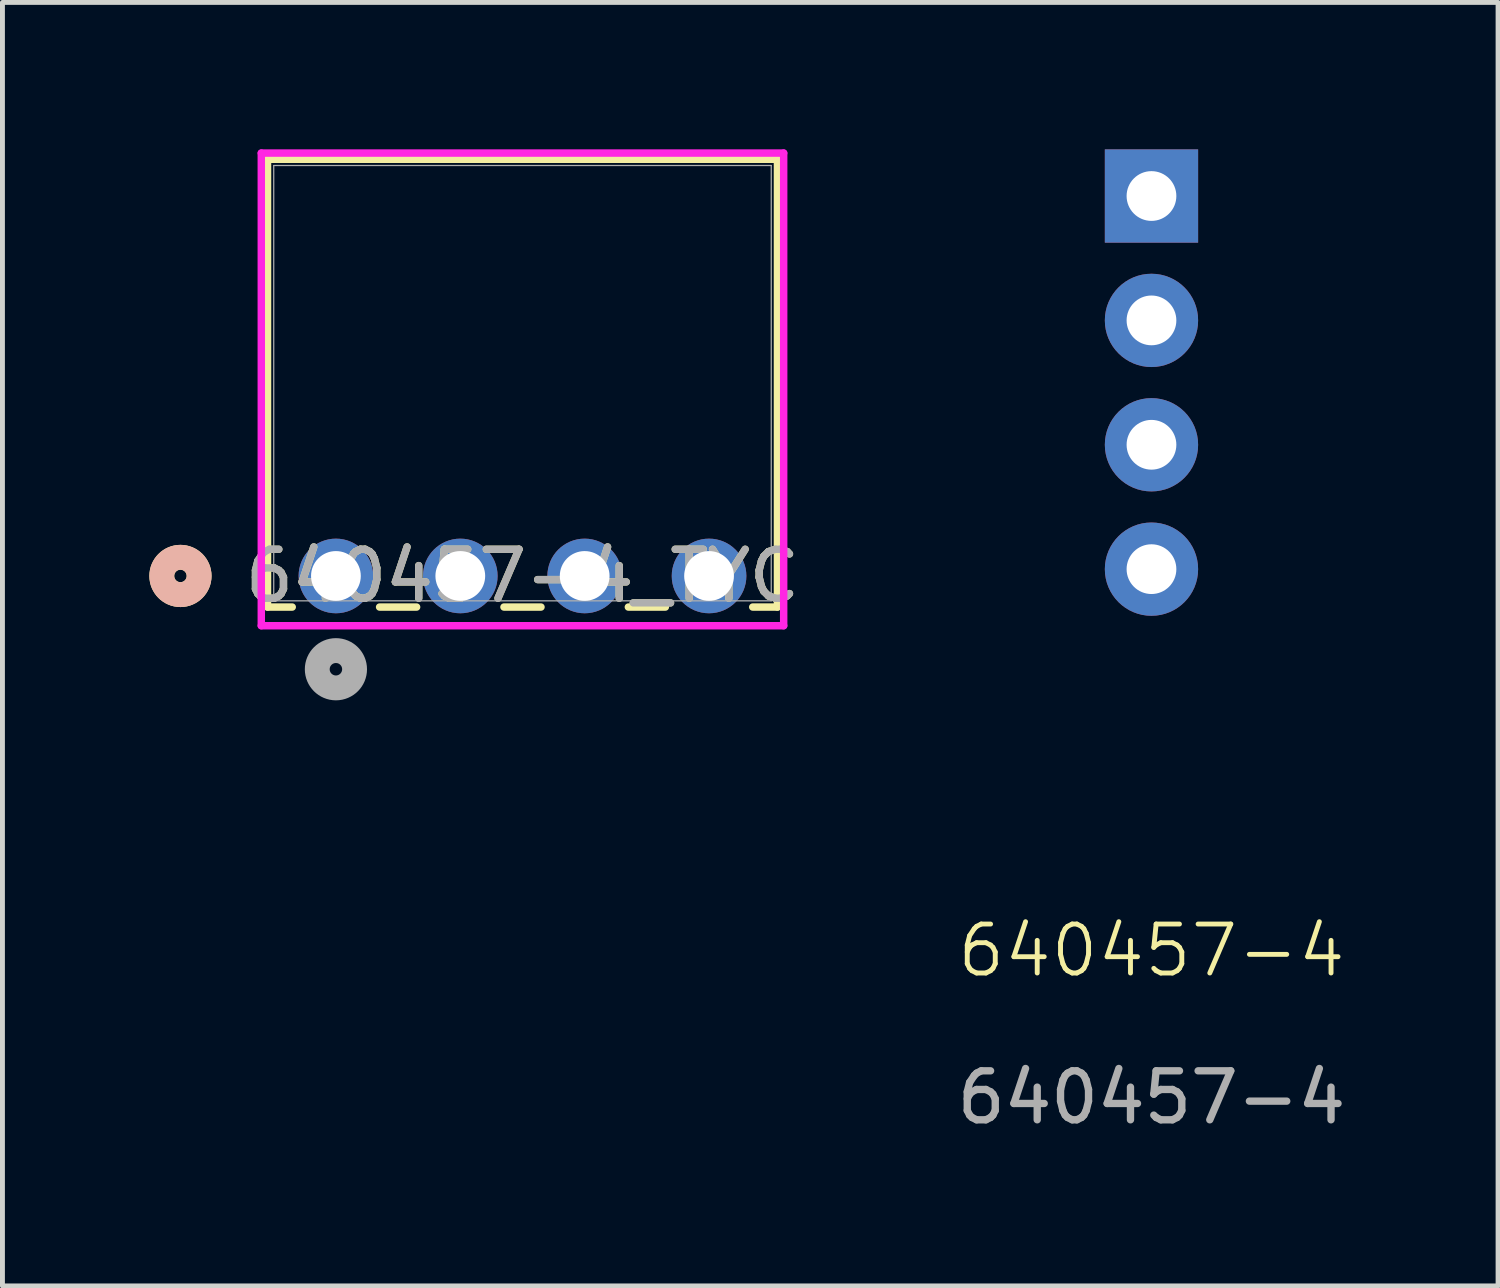
<source format=kicad_pcb>
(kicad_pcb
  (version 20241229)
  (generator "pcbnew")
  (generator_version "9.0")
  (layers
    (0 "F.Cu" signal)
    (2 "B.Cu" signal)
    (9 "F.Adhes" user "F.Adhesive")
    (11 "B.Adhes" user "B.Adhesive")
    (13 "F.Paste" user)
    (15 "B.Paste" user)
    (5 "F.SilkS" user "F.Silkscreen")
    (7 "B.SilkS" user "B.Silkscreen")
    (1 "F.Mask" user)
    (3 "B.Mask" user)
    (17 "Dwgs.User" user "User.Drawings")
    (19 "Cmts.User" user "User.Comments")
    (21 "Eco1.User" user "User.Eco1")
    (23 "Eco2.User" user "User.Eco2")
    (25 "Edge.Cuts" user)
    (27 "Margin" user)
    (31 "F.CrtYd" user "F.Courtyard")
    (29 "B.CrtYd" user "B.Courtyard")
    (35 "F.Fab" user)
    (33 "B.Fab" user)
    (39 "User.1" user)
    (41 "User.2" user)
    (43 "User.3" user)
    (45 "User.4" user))
  (footprint "640457-4"
    (layer "F.Cu")
    (at 20.465 4.763)
    (property "Reference" "640457-4" (at 0 11.6 0) (unlocked yes) (layer "F.SilkS") (effects (font (size 1 1) (thickness 0.1))))
    (attr through_hole)
    (fp_text user "${REFERENCE}" (at 0 14.6 0) (unlocked yes) (layer "F.Fab") (effects (font (size 1 1) (thickness 0.15))))
    (pad "1" thru_hole rect (at 0 -3.81) (size 1.905 1.905) (drill 1.016) (layers "*.Cu" "*.Mask"))
    (pad "2" thru_hole circle (at 0 -1.27) (size 1.905 1.905) (drill 1.016) (layers "*.Cu" "*.Mask"))
    (pad "3" thru_hole circle (at 0 1.27) (size 1.905 1.905) (drill 1.016) (layers "*.Cu" "*.Mask"))
    (pad "4" thru_hole circle (at 0 3.81) (size 1.905 1.905) (drill 1.016) (layers "*.Cu" "*.Mask")))
  (footprint "640457-4_TYC"
    (layer "F.Cu")
    (at 3.81 8.712)
    (property "Reference" "640457-4_TYC" (at 3.81 0 0) (unlocked yes) (layer "F.SilkS") (effects (font (size 1 1) (thickness 0.15))))
    (attr through_hole)
    (fp_line (start -1.397 -8.509) (end -1.397 0.635) (stroke (width 0.152) (type solid)) (layer "F.SilkS"))
    (fp_line (start -1.397 0.635) (end -0.892 0.635) (stroke (width 0.152) (type solid)) (layer "F.SilkS"))
    (fp_line (start 0.892 0.635) (end 1.648 0.635) (stroke (width 0.152) (type solid)) (layer "F.SilkS"))
    (fp_line (start 3.432 0.635) (end 4.188 0.635) (stroke (width 0.152) (type solid)) (layer "F.SilkS"))
    (fp_line (start 5.972 0.635) (end 6.728 0.635) (stroke (width 0.152) (type solid)) (layer "F.SilkS"))
    (fp_line (start 8.512 0.635) (end 9.017 0.635) (stroke (width 0.152) (type solid)) (layer "F.SilkS"))
    (fp_line (start 9.017 -8.509) (end -1.397 -8.509) (stroke (width 0.152) (type solid)) (layer "F.SilkS"))
    (fp_line (start 9.017 0.635) (end 9.017 -8.509) (stroke (width 0.152) (type solid)) (layer "F.SilkS"))
    (fp_circle (center -3.175 0) (end -2.794 0) (stroke (width 0.508) (type solid)) (fill no) (layer "F.SilkS"))
    (fp_circle (center -3.175 0) (end -2.794 0) (stroke (width 0.508) (type solid)) (fill no) (layer "B.SilkS"))
    (fp_line (start -1.524 -8.636) (end -1.524 1.016) (stroke (width 0.152) (type solid)) (layer "F.CrtYd"))
    (fp_line (start -1.524 1.016) (end 9.144 1.016) (stroke (width 0.152) (type solid)) (layer "F.CrtYd"))
    (fp_line (start 9.144 -8.636) (end -1.524 -8.636) (stroke (width 0.152) (type solid)) (layer "F.CrtYd"))
    (fp_line (start 9.144 1.016) (end 9.144 -8.636) (stroke (width 0.152) (type solid)) (layer "F.CrtYd"))
    (fp_line (start -1.27 -8.382) (end -1.27 0.508) (stroke (width 0.025) (type solid)) (layer "F.Fab"))
    (fp_line (start -1.27 0.508) (end 8.89 0.508) (stroke (width 0.025) (type solid)) (layer "F.Fab"))
    (fp_line (start 8.89 -8.382) (end -1.27 -8.382) (stroke (width 0.025) (type solid)) (layer "F.Fab"))
    (fp_line (start 8.89 0.508) (end 8.89 -8.382) (stroke (width 0.025) (type solid)) (layer "F.Fab"))
    (fp_circle (center 0 1.905) (end 0.381 1.905) (stroke (width 0.508) (type solid)) (fill no) (layer "F.Fab"))
    (fp_text user "${REFERENCE}" (at 3.81 0 0) (unlocked yes) (layer "F.Fab") (effects (font (size 1 1) (thickness 0.15))))
    (pad "1" thru_hole circle (at 0 0) (size 1.524 1.524) (drill 1.016) (layers "*.Cu" "*.Mask"))
    (pad "2" thru_hole circle (at 2.54 0) (size 1.524 1.524) (drill 1.016) (layers "*.Cu" "*.Mask"))
    (pad "3" thru_hole circle (at 5.08 0) (size 1.524 1.524) (drill 1.016) (layers "*.Cu" "*.Mask"))
    (pad "4" thru_hole circle (at 7.62 0) (size 1.524 1.524) (drill 1.016) (layers "*.Cu" "*.Mask")))
  (gr_rect
    (start -3 -3)
    (end 27.543 23.211)
    (stroke (width 0.1) (type default))
    (fill no)
    (layer "Edge.Cuts")))
</source>
